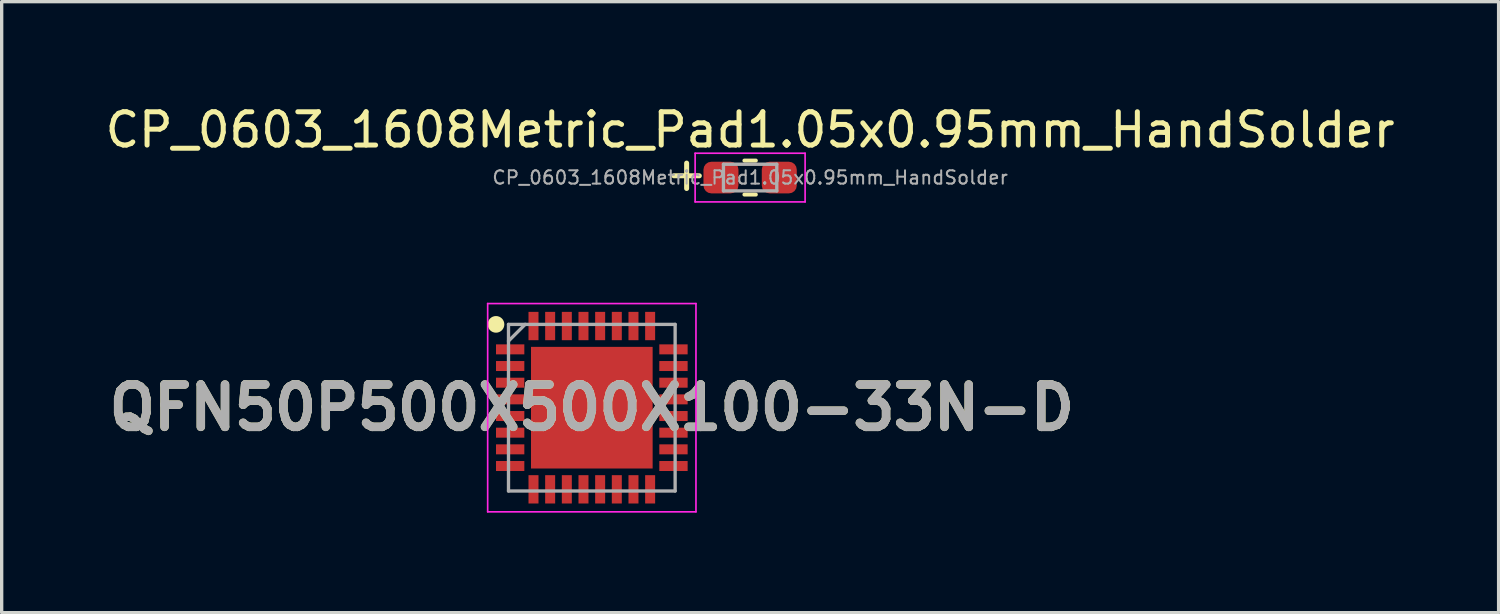
<source format=kicad_pcb>
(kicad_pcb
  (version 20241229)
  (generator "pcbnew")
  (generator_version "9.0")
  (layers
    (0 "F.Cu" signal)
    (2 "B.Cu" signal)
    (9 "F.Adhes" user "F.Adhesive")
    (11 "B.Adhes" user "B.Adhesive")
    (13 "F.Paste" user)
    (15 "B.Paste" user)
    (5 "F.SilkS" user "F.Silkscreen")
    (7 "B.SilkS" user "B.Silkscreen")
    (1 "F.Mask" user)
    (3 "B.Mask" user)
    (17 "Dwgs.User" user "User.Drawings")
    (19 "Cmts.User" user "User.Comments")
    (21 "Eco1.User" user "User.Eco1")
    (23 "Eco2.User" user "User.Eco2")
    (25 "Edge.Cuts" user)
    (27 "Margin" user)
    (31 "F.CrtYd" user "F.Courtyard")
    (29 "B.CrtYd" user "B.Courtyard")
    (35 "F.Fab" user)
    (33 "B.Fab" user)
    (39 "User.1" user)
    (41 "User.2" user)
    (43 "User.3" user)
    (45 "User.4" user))
  (footprint "QFN50P500X500X100-33N-D"
    (layer "F.Cu")
    (at 14.708 9.183)
    (property "Reference" "QFN50P500X500X100-33N-D" (at 0 0 0) (layer "F.SilkS") (effects (font (size 1.27 1.27) (thickness 0.254))))
    (attr smd)
    (fp_circle (center -2.875 -2.5) (end -2.875 -2.375) (stroke (width 0.25) (type solid)) (fill no) (layer "F.SilkS"))
    (fp_line (start -3.125 -3.125) (end 3.125 -3.125) (stroke (width 0.05) (type solid)) (layer "F.CrtYd"))
    (fp_line (start -3.125 3.125) (end -3.125 -3.125) (stroke (width 0.05) (type solid)) (layer "F.CrtYd"))
    (fp_line (start 3.125 -3.125) (end 3.125 3.125) (stroke (width 0.05) (type solid)) (layer "F.CrtYd"))
    (fp_line (start 3.125 3.125) (end -3.125 3.125) (stroke (width 0.05) (type solid)) (layer "F.CrtYd"))
    (fp_line (start -2.5 -2.5) (end 2.5 -2.5) (stroke (width 0.1) (type solid)) (layer "F.Fab"))
    (fp_line (start -2.5 -2) (end -2 -2.5) (stroke (width 0.1) (type solid)) (layer "F.Fab"))
    (fp_line (start -2.5 2.5) (end -2.5 -2.5) (stroke (width 0.1) (type solid)) (layer "F.Fab"))
    (fp_line (start 2.5 -2.5) (end 2.5 2.5) (stroke (width 0.1) (type solid)) (layer "F.Fab"))
    (fp_line (start 2.5 2.5) (end -2.5 2.5) (stroke (width 0.1) (type solid)) (layer "F.Fab"))
    (fp_text user "${REFERENCE}" (at 0 0 0) (layer "F.Fab") (effects (font (size 1.27 1.27) (thickness 0.254))))
    (pad "1" smd rect (at -2.45 -1.75 90) (size 0.3 0.85) (layers "F.Cu" "F.Mask" "F.Paste"))
    (pad "2" smd rect (at -2.45 -1.25 90) (size 0.3 0.85) (layers "F.Cu" "F.Mask" "F.Paste"))
    (pad "3" smd rect (at -2.45 -0.75 90) (size 0.3 0.85) (layers "F.Cu" "F.Mask" "F.Paste"))
    (pad "4" smd rect (at -2.45 -0.25 90) (size 0.3 0.85) (layers "F.Cu" "F.Mask" "F.Paste"))
    (pad "5" smd rect (at -2.45 0.25 90) (size 0.3 0.85) (layers "F.Cu" "F.Mask" "F.Paste"))
    (pad "6" smd rect (at -2.45 0.75 90) (size 0.3 0.85) (layers "F.Cu" "F.Mask" "F.Paste"))
    (pad "7" smd rect (at -2.45 1.25 90) (size 0.3 0.85) (layers "F.Cu" "F.Mask" "F.Paste"))
    (pad "8" smd rect (at -2.45 1.75 90) (size 0.3 0.85) (layers "F.Cu" "F.Mask" "F.Paste"))
    (pad "9" smd rect (at -1.75 2.45) (size 0.3 0.85) (layers "F.Cu" "F.Mask" "F.Paste"))
    (pad "10" smd rect (at -1.25 2.45) (size 0.3 0.85) (layers "F.Cu" "F.Mask" "F.Paste"))
    (pad "11" smd rect (at -0.75 2.45) (size 0.3 0.85) (layers "F.Cu" "F.Mask" "F.Paste"))
    (pad "12" smd rect (at -0.25 2.45) (size 0.3 0.85) (layers "F.Cu" "F.Mask" "F.Paste"))
    (pad "13" smd rect (at 0.25 2.45) (size 0.3 0.85) (layers "F.Cu" "F.Mask" "F.Paste"))
    (pad "14" smd rect (at 0.75 2.45) (size 0.3 0.85) (layers "F.Cu" "F.Mask" "F.Paste"))
    (pad "15" smd rect (at 1.25 2.45) (size 0.3 0.85) (layers "F.Cu" "F.Mask" "F.Paste"))
    (pad "16" smd rect (at 1.75 2.45) (size 0.3 0.85) (layers "F.Cu" "F.Mask" "F.Paste"))
    (pad "17" smd rect (at 2.45 1.75 90) (size 0.3 0.85) (layers "F.Cu" "F.Mask" "F.Paste"))
    (pad "18" smd rect (at 2.45 1.25 90) (size 0.3 0.85) (layers "F.Cu" "F.Mask" "F.Paste"))
    (pad "19" smd rect (at 2.45 0.75 90) (size 0.3 0.85) (layers "F.Cu" "F.Mask" "F.Paste"))
    (pad "20" smd rect (at 2.45 0.25 90) (size 0.3 0.85) (layers "F.Cu" "F.Mask" "F.Paste"))
    (pad "21" smd rect (at 2.45 -0.25 90) (size 0.3 0.85) (layers "F.Cu" "F.Mask" "F.Paste"))
    (pad "22" smd rect (at 2.45 -0.75 90) (size 0.3 0.85) (layers "F.Cu" "F.Mask" "F.Paste"))
    (pad "23" smd rect (at 2.45 -1.25 90) (size 0.3 0.85) (layers "F.Cu" "F.Mask" "F.Paste"))
    (pad "24" smd rect (at 2.45 -1.75 90) (size 0.3 0.85) (layers "F.Cu" "F.Mask" "F.Paste"))
    (pad "25" smd rect (at 1.75 -2.45) (size 0.3 0.85) (layers "F.Cu" "F.Mask" "F.Paste"))
    (pad "26" smd rect (at 1.25 -2.45) (size 0.3 0.85) (layers "F.Cu" "F.Mask" "F.Paste"))
    (pad "27" smd rect (at 0.75 -2.45) (size 0.3 0.85) (layers "F.Cu" "F.Mask" "F.Paste"))
    (pad "28" smd rect (at 0.25 -2.45) (size 0.3 0.85) (layers "F.Cu" "F.Mask" "F.Paste"))
    (pad "29" smd rect (at -0.25 -2.45) (size 0.3 0.85) (layers "F.Cu" "F.Mask" "F.Paste"))
    (pad "30" smd rect (at -0.75 -2.45) (size 0.3 0.85) (layers "F.Cu" "F.Mask" "F.Paste"))
    (pad "31" smd rect (at -1.25 -2.45) (size 0.3 0.85) (layers "F.Cu" "F.Mask" "F.Paste"))
    (pad "32" smd rect (at -1.75 -2.45) (size 0.3 0.85) (layers "F.Cu" "F.Mask" "F.Paste"))
    (pad "33" smd rect (at 0 0) (size 3.65 3.65) (layers "F.Cu" "F.Mask" "F.Paste")))
  (footprint "CP_0603_1608Metric_Pad1.05x0.95mm_HandSolder"
    (layer "F.Cu")
    (at 19.458 2.278)
    (property "Reference" "CP_0603_1608Metric_Pad1.05x0.95mm_HandSolder" (at 0 -1.43 0) (layer "F.SilkS") (effects (font (size 1 1) (thickness 0.15))))
    (attr smd)
    (fp_line (start -0.171 -0.51) (end 0.171 -0.51) (stroke (width 0.12) (type solid)) (layer "F.SilkS"))
    (fp_line (start -0.171 0.51) (end 0.171 0.51) (stroke (width 0.12) (type solid)) (layer "F.SilkS"))
    (fp_line (start -1.65 -0.73) (end 1.65 -0.73) (stroke (width 0.05) (type solid)) (layer "F.CrtYd"))
    (fp_line (start -1.65 0.73) (end -1.65 -0.73) (stroke (width 0.05) (type solid)) (layer "F.CrtYd"))
    (fp_line (start 1.65 -0.73) (end 1.65 0.73) (stroke (width 0.05) (type solid)) (layer "F.CrtYd"))
    (fp_line (start 1.65 0.73) (end -1.65 0.73) (stroke (width 0.05) (type solid)) (layer "F.CrtYd"))
    (fp_line (start -0.8 -0.4) (end 0.8 -0.4) (stroke (width 0.1) (type solid)) (layer "F.Fab"))
    (fp_line (start -0.8 0.4) (end -0.8 -0.4) (stroke (width 0.1) (type solid)) (layer "F.Fab"))
    (fp_line (start 0.8 -0.4) (end 0.8 0.4) (stroke (width 0.1) (type solid)) (layer "F.Fab"))
    (fp_line (start 0.8 0.4) (end -0.8 0.4) (stroke (width 0.1) (type solid)) (layer "F.Fab"))
    (fp_text user "+" (at -1.905 -0.127 0) (layer "F.SilkS") (effects (font (size 1 1) (thickness 0.15))))
    (fp_text user "${REFERENCE}" (at 0 0 0) (layer "F.Fab") (effects (font (size 0.4 0.4) (thickness 0.06))))
    (pad "1" smd roundrect (at -0.875 0) (size 1.05 0.95) (layers "F.Cu" "F.Mask" "F.Paste") (roundrect_rratio 0.25))
    (pad "2" smd roundrect (at 0.875 0) (size 1.05 0.95) (layers "F.Cu" "F.Mask" "F.Paste") (roundrect_rratio 0.25)))
  (gr_rect
    (start -3 -3)
    (end 41.917 15.333)
    (stroke (width 0.1) (type default))
    (fill no)
    (layer "Edge.Cuts")))
</source>
